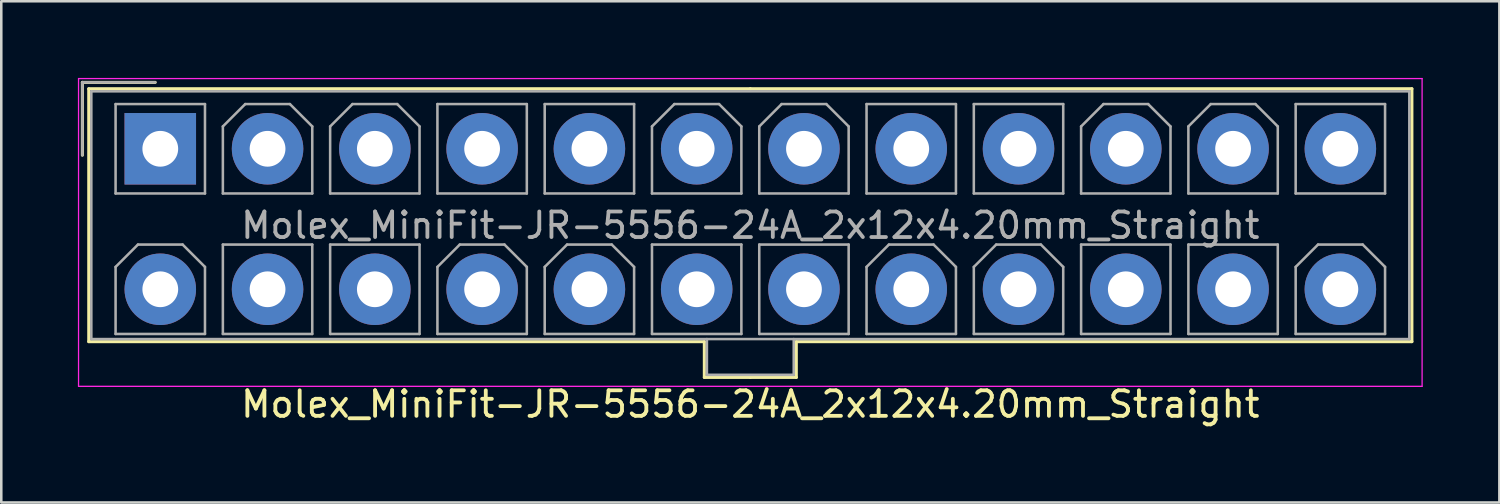
<source format=kicad_pcb>
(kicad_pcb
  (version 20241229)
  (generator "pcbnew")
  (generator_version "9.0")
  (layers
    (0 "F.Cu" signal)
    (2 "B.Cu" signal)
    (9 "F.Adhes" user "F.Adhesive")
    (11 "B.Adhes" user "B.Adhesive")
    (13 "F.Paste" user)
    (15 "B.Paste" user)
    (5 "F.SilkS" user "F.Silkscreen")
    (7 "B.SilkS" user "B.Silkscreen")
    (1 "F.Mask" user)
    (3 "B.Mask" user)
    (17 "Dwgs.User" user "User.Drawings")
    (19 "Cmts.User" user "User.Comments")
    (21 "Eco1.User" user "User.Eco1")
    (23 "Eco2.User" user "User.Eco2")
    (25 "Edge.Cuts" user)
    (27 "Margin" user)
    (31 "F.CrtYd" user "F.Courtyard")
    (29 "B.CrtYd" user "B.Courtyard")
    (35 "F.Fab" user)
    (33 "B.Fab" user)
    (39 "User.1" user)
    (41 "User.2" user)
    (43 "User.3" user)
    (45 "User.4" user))
  (footprint "Molex_MiniFit-JR-5556-24A_2x12x4.20mm_Straight"
    (layer "F.Cu")
    (at 3.225 2.775)
    (property "Reference" "Molex_MiniFit-JR-5556-24A_2x12x4.20mm_Straight" (at 23.1 10 0) (layer "F.SilkS") (effects (font (size 1 1) (thickness 0.15))))
    (attr through_hole)
    (fp_line (start -3.05 -2.6) (end -3.05 0.25) (stroke (width 0.12) (type solid)) (layer "F.SilkS"))
    (fp_line (start -2.8 -2.35) (end -2.8 7.55) (stroke (width 0.12) (type solid)) (layer "F.SilkS"))
    (fp_line (start -2.8 7.55) (end 21.3 7.55) (stroke (width 0.12) (type solid)) (layer "F.SilkS"))
    (fp_line (start -0.2 -2.6) (end -3.05 -2.6) (stroke (width 0.12) (type solid)) (layer "F.SilkS"))
    (fp_line (start 21.3 7.55) (end 21.3 8.95) (stroke (width 0.12) (type solid)) (layer "F.SilkS"))
    (fp_line (start 21.3 8.95) (end 23.1 8.95) (stroke (width 0.12) (type solid)) (layer "F.SilkS"))
    (fp_line (start 23.1 -2.35) (end -2.8 -2.35) (stroke (width 0.12) (type solid)) (layer "F.SilkS"))
    (fp_line (start 23.1 -2.35) (end 49 -2.35) (stroke (width 0.12) (type solid)) (layer "F.SilkS"))
    (fp_line (start 24.9 7.55) (end 24.9 8.95) (stroke (width 0.12) (type solid)) (layer "F.SilkS"))
    (fp_line (start 24.9 8.95) (end 23.1 8.95) (stroke (width 0.12) (type solid)) (layer "F.SilkS"))
    (fp_line (start 49 -2.35) (end 49 7.55) (stroke (width 0.12) (type solid)) (layer "F.SilkS"))
    (fp_line (start 49 7.55) (end 24.9 7.55) (stroke (width 0.12) (type solid)) (layer "F.SilkS"))
    (fp_line (start -3.2 -2.75) (end -3.2 9.3) (stroke (width 0.05) (type solid)) (layer "F.CrtYd"))
    (fp_line (start -3.2 9.3) (end 49.4 9.3) (stroke (width 0.05) (type solid)) (layer "F.CrtYd"))
    (fp_line (start 49.4 -2.75) (end -3.2 -2.75) (stroke (width 0.05) (type solid)) (layer "F.CrtYd"))
    (fp_line (start 49.4 9.3) (end 49.4 -2.75) (stroke (width 0.05) (type solid)) (layer "F.CrtYd"))
    (fp_line (start -3.05 -2.6) (end -3.05 0.25) (stroke (width 0.1) (type solid)) (layer "F.Fab"))
    (fp_line (start -2.7 -2.25) (end -2.7 7.45) (stroke (width 0.1) (type solid)) (layer "F.Fab"))
    (fp_line (start -2.7 7.45) (end 48.9 7.45) (stroke (width 0.1) (type solid)) (layer "F.Fab"))
    (fp_line (start -1.75 -1.75) (end -1.75 1.75) (stroke (width 0.1) (type solid)) (layer "F.Fab"))
    (fp_line (start -1.75 1.75) (end 1.75 1.75) (stroke (width 0.1) (type solid)) (layer "F.Fab"))
    (fp_line (start -1.75 4.625) (end -0.875 3.75) (stroke (width 0.1) (type solid)) (layer "F.Fab"))
    (fp_line (start -1.75 7.25) (end -1.75 4.625) (stroke (width 0.1) (type solid)) (layer "F.Fab"))
    (fp_line (start -0.875 3.75) (end 0.875 3.75) (stroke (width 0.1) (type solid)) (layer "F.Fab"))
    (fp_line (start -0.2 -2.6) (end -3.05 -2.6) (stroke (width 0.1) (type solid)) (layer "F.Fab"))
    (fp_line (start 0.875 3.75) (end 1.75 4.625) (stroke (width 0.1) (type solid)) (layer "F.Fab"))
    (fp_line (start 1.75 -1.75) (end -1.75 -1.75) (stroke (width 0.1) (type solid)) (layer "F.Fab"))
    (fp_line (start 1.75 1.75) (end 1.75 -1.75) (stroke (width 0.1) (type solid)) (layer "F.Fab"))
    (fp_line (start 1.75 4.625) (end 1.75 7.25) (stroke (width 0.1) (type solid)) (layer "F.Fab"))
    (fp_line (start 1.75 7.25) (end -1.75 7.25) (stroke (width 0.1) (type solid)) (layer "F.Fab"))
    (fp_line (start 2.45 -0.875) (end 3.325 -1.75) (stroke (width 0.1) (type solid)) (layer "F.Fab"))
    (fp_line (start 2.45 1.75) (end 2.45 -0.875) (stroke (width 0.1) (type solid)) (layer "F.Fab"))
    (fp_line (start 2.45 3.75) (end 2.45 7.25) (stroke (width 0.1) (type solid)) (layer "F.Fab"))
    (fp_line (start 2.45 7.25) (end 5.95 7.25) (stroke (width 0.1) (type solid)) (layer "F.Fab"))
    (fp_line (start 3.325 -1.75) (end 5.075 -1.75) (stroke (width 0.1) (type solid)) (layer "F.Fab"))
    (fp_line (start 5.075 -1.75) (end 5.95 -0.875) (stroke (width 0.1) (type solid)) (layer "F.Fab"))
    (fp_line (start 5.95 -0.875) (end 5.95 1.75) (stroke (width 0.1) (type solid)) (layer "F.Fab"))
    (fp_line (start 5.95 1.75) (end 2.45 1.75) (stroke (width 0.1) (type solid)) (layer "F.Fab"))
    (fp_line (start 5.95 3.75) (end 2.45 3.75) (stroke (width 0.1) (type solid)) (layer "F.Fab"))
    (fp_line (start 5.95 7.25) (end 5.95 3.75) (stroke (width 0.1) (type solid)) (layer "F.Fab"))
    (fp_line (start 6.65 -0.875) (end 7.525 -1.75) (stroke (width 0.1) (type solid)) (layer "F.Fab"))
    (fp_line (start 6.65 1.75) (end 6.65 -0.875) (stroke (width 0.1) (type solid)) (layer "F.Fab"))
    (fp_line (start 6.65 3.75) (end 6.65 7.25) (stroke (width 0.1) (type solid)) (layer "F.Fab"))
    (fp_line (start 6.65 7.25) (end 10.15 7.25) (stroke (width 0.1) (type solid)) (layer "F.Fab"))
    (fp_line (start 7.525 -1.75) (end 9.275 -1.75) (stroke (width 0.1) (type solid)) (layer "F.Fab"))
    (fp_line (start 9.275 -1.75) (end 10.15 -0.875) (stroke (width 0.1) (type solid)) (layer "F.Fab"))
    (fp_line (start 10.15 -0.875) (end 10.15 1.75) (stroke (width 0.1) (type solid)) (layer "F.Fab"))
    (fp_line (start 10.15 1.75) (end 6.65 1.75) (stroke (width 0.1) (type solid)) (layer "F.Fab"))
    (fp_line (start 10.15 3.75) (end 6.65 3.75) (stroke (width 0.1) (type solid)) (layer "F.Fab"))
    (fp_line (start 10.15 7.25) (end 10.15 3.75) (stroke (width 0.1) (type solid)) (layer "F.Fab"))
    (fp_line (start 10.85 -1.75) (end 10.85 1.75) (stroke (width 0.1) (type solid)) (layer "F.Fab"))
    (fp_line (start 10.85 1.75) (end 14.35 1.75) (stroke (width 0.1) (type solid)) (layer "F.Fab"))
    (fp_line (start 10.85 4.625) (end 11.725 3.75) (stroke (width 0.1) (type solid)) (layer "F.Fab"))
    (fp_line (start 10.85 7.25) (end 10.85 4.625) (stroke (width 0.1) (type solid)) (layer "F.Fab"))
    (fp_line (start 11.725 3.75) (end 13.475 3.75) (stroke (width 0.1) (type solid)) (layer "F.Fab"))
    (fp_line (start 13.475 3.75) (end 14.35 4.625) (stroke (width 0.1) (type solid)) (layer "F.Fab"))
    (fp_line (start 14.35 -1.75) (end 10.85 -1.75) (stroke (width 0.1) (type solid)) (layer "F.Fab"))
    (fp_line (start 14.35 1.75) (end 14.35 -1.75) (stroke (width 0.1) (type solid)) (layer "F.Fab"))
    (fp_line (start 14.35 4.625) (end 14.35 7.25) (stroke (width 0.1) (type solid)) (layer "F.Fab"))
    (fp_line (start 14.35 7.25) (end 10.85 7.25) (stroke (width 0.1) (type solid)) (layer "F.Fab"))
    (fp_line (start 15.05 -1.75) (end 15.05 1.75) (stroke (width 0.1) (type solid)) (layer "F.Fab"))
    (fp_line (start 15.05 1.75) (end 18.55 1.75) (stroke (width 0.1) (type solid)) (layer "F.Fab"))
    (fp_line (start 15.05 4.625) (end 15.925 3.75) (stroke (width 0.1) (type solid)) (layer "F.Fab"))
    (fp_line (start 15.05 7.25) (end 15.05 4.625) (stroke (width 0.1) (type solid)) (layer "F.Fab"))
    (fp_line (start 15.925 3.75) (end 17.675 3.75) (stroke (width 0.1) (type solid)) (layer "F.Fab"))
    (fp_line (start 17.675 3.75) (end 18.55 4.625) (stroke (width 0.1) (type solid)) (layer "F.Fab"))
    (fp_line (start 18.55 -1.75) (end 15.05 -1.75) (stroke (width 0.1) (type solid)) (layer "F.Fab"))
    (fp_line (start 18.55 1.75) (end 18.55 -1.75) (stroke (width 0.1) (type solid)) (layer "F.Fab"))
    (fp_line (start 18.55 4.625) (end 18.55 7.25) (stroke (width 0.1) (type solid)) (layer "F.Fab"))
    (fp_line (start 18.55 7.25) (end 15.05 7.25) (stroke (width 0.1) (type solid)) (layer "F.Fab"))
    (fp_line (start 19.25 -0.875) (end 20.125 -1.75) (stroke (width 0.1) (type solid)) (layer "F.Fab"))
    (fp_line (start 19.25 1.75) (end 19.25 -0.875) (stroke (width 0.1) (type solid)) (layer "F.Fab"))
    (fp_line (start 19.25 3.75) (end 19.25 7.25) (stroke (width 0.1) (type solid)) (layer "F.Fab"))
    (fp_line (start 19.25 7.25) (end 22.75 7.25) (stroke (width 0.1) (type solid)) (layer "F.Fab"))
    (fp_line (start 20.125 -1.75) (end 21.875 -1.75) (stroke (width 0.1) (type solid)) (layer "F.Fab"))
    (fp_line (start 21.4 7.45) (end 21.4 8.85) (stroke (width 0.1) (type solid)) (layer "F.Fab"))
    (fp_line (start 21.4 8.85) (end 24.8 8.85) (stroke (width 0.1) (type solid)) (layer "F.Fab"))
    (fp_line (start 21.875 -1.75) (end 22.75 -0.875) (stroke (width 0.1) (type solid)) (layer "F.Fab"))
    (fp_line (start 22.75 -0.875) (end 22.75 1.75) (stroke (width 0.1) (type solid)) (layer "F.Fab"))
    (fp_line (start 22.75 1.75) (end 19.25 1.75) (stroke (width 0.1) (type solid)) (layer "F.Fab"))
    (fp_line (start 22.75 3.75) (end 19.25 3.75) (stroke (width 0.1) (type solid)) (layer "F.Fab"))
    (fp_line (start 22.75 7.25) (end 22.75 3.75) (stroke (width 0.1) (type solid)) (layer "F.Fab"))
    (fp_line (start 23.45 -0.875) (end 24.325 -1.75) (stroke (width 0.1) (type solid)) (layer "F.Fab"))
    (fp_line (start 23.45 1.75) (end 23.45 -0.875) (stroke (width 0.1) (type solid)) (layer "F.Fab"))
    (fp_line (start 23.45 3.75) (end 23.45 7.25) (stroke (width 0.1) (type solid)) (layer "F.Fab"))
    (fp_line (start 23.45 7.25) (end 26.95 7.25) (stroke (width 0.1) (type solid)) (layer "F.Fab"))
    (fp_line (start 24.325 -1.75) (end 26.075 -1.75) (stroke (width 0.1) (type solid)) (layer "F.Fab"))
    (fp_line (start 24.8 8.85) (end 24.8 7.45) (stroke (width 0.1) (type solid)) (layer "F.Fab"))
    (fp_line (start 26.075 -1.75) (end 26.95 -0.875) (stroke (width 0.1) (type solid)) (layer "F.Fab"))
    (fp_line (start 26.95 -0.875) (end 26.95 1.75) (stroke (width 0.1) (type solid)) (layer "F.Fab"))
    (fp_line (start 26.95 1.75) (end 23.45 1.75) (stroke (width 0.1) (type solid)) (layer "F.Fab"))
    (fp_line (start 26.95 3.75) (end 23.45 3.75) (stroke (width 0.1) (type solid)) (layer "F.Fab"))
    (fp_line (start 26.95 7.25) (end 26.95 3.75) (stroke (width 0.1) (type solid)) (layer "F.Fab"))
    (fp_line (start 27.65 -1.75) (end 27.65 1.75) (stroke (width 0.1) (type solid)) (layer "F.Fab"))
    (fp_line (start 27.65 1.75) (end 31.15 1.75) (stroke (width 0.1) (type solid)) (layer "F.Fab"))
    (fp_line (start 27.65 4.625) (end 28.525 3.75) (stroke (width 0.1) (type solid)) (layer "F.Fab"))
    (fp_line (start 27.65 7.25) (end 27.65 4.625) (stroke (width 0.1) (type solid)) (layer "F.Fab"))
    (fp_line (start 28.525 3.75) (end 30.275 3.75) (stroke (width 0.1) (type solid)) (layer "F.Fab"))
    (fp_line (start 30.275 3.75) (end 31.15 4.625) (stroke (width 0.1) (type solid)) (layer "F.Fab"))
    (fp_line (start 31.15 -1.75) (end 27.65 -1.75) (stroke (width 0.1) (type solid)) (layer "F.Fab"))
    (fp_line (start 31.15 1.75) (end 31.15 -1.75) (stroke (width 0.1) (type solid)) (layer "F.Fab"))
    (fp_line (start 31.15 4.625) (end 31.15 7.25) (stroke (width 0.1) (type solid)) (layer "F.Fab"))
    (fp_line (start 31.15 7.25) (end 27.65 7.25) (stroke (width 0.1) (type solid)) (layer "F.Fab"))
    (fp_line (start 31.85 -1.75) (end 31.85 1.75) (stroke (width 0.1) (type solid)) (layer "F.Fab"))
    (fp_line (start 31.85 1.75) (end 35.35 1.75) (stroke (width 0.1) (type solid)) (layer "F.Fab"))
    (fp_line (start 31.85 4.625) (end 32.725 3.75) (stroke (width 0.1) (type solid)) (layer "F.Fab"))
    (fp_line (start 31.85 7.25) (end 31.85 4.625) (stroke (width 0.1) (type solid)) (layer "F.Fab"))
    (fp_line (start 32.725 3.75) (end 34.475 3.75) (stroke (width 0.1) (type solid)) (layer "F.Fab"))
    (fp_line (start 34.475 3.75) (end 35.35 4.625) (stroke (width 0.1) (type solid)) (layer "F.Fab"))
    (fp_line (start 35.35 -1.75) (end 31.85 -1.75) (stroke (width 0.1) (type solid)) (layer "F.Fab"))
    (fp_line (start 35.35 1.75) (end 35.35 -1.75) (stroke (width 0.1) (type solid)) (layer "F.Fab"))
    (fp_line (start 35.35 4.625) (end 35.35 7.25) (stroke (width 0.1) (type solid)) (layer "F.Fab"))
    (fp_line (start 35.35 7.25) (end 31.85 7.25) (stroke (width 0.1) (type solid)) (layer "F.Fab"))
    (fp_line (start 36.05 -0.875) (end 36.925 -1.75) (stroke (width 0.1) (type solid)) (layer "F.Fab"))
    (fp_line (start 36.05 1.75) (end 36.05 -0.875) (stroke (width 0.1) (type solid)) (layer "F.Fab"))
    (fp_line (start 36.05 3.75) (end 36.05 7.25) (stroke (width 0.1) (type solid)) (layer "F.Fab"))
    (fp_line (start 36.05 7.25) (end 39.55 7.25) (stroke (width 0.1) (type solid)) (layer "F.Fab"))
    (fp_line (start 36.925 -1.75) (end 38.675 -1.75) (stroke (width 0.1) (type solid)) (layer "F.Fab"))
    (fp_line (start 38.675 -1.75) (end 39.55 -0.875) (stroke (width 0.1) (type solid)) (layer "F.Fab"))
    (fp_line (start 39.55 -0.875) (end 39.55 1.75) (stroke (width 0.1) (type solid)) (layer "F.Fab"))
    (fp_line (start 39.55 1.75) (end 36.05 1.75) (stroke (width 0.1) (type solid)) (layer "F.Fab"))
    (fp_line (start 39.55 3.75) (end 36.05 3.75) (stroke (width 0.1) (type solid)) (layer "F.Fab"))
    (fp_line (start 39.55 7.25) (end 39.55 3.75) (stroke (width 0.1) (type solid)) (layer "F.Fab"))
    (fp_line (start 40.25 -0.875) (end 41.125 -1.75) (stroke (width 0.1) (type solid)) (layer "F.Fab"))
    (fp_line (start 40.25 1.75) (end 40.25 -0.875) (stroke (width 0.1) (type solid)) (layer "F.Fab"))
    (fp_line (start 40.25 3.75) (end 40.25 7.25) (stroke (width 0.1) (type solid)) (layer "F.Fab"))
    (fp_line (start 40.25 7.25) (end 43.75 7.25) (stroke (width 0.1) (type solid)) (layer "F.Fab"))
    (fp_line (start 41.125 -1.75) (end 42.875 -1.75) (stroke (width 0.1) (type solid)) (layer "F.Fab"))
    (fp_line (start 42.875 -1.75) (end 43.75 -0.875) (stroke (width 0.1) (type solid)) (layer "F.Fab"))
    (fp_line (start 43.75 -0.875) (end 43.75 1.75) (stroke (width 0.1) (type solid)) (layer "F.Fab"))
    (fp_line (start 43.75 1.75) (end 40.25 1.75) (stroke (width 0.1) (type solid)) (layer "F.Fab"))
    (fp_line (start 43.75 3.75) (end 40.25 3.75) (stroke (width 0.1) (type solid)) (layer "F.Fab"))
    (fp_line (start 43.75 7.25) (end 43.75 3.75) (stroke (width 0.1) (type solid)) (layer "F.Fab"))
    (fp_line (start 44.45 -1.75) (end 44.45 1.75) (stroke (width 0.1) (type solid)) (layer "F.Fab"))
    (fp_line (start 44.45 1.75) (end 47.95 1.75) (stroke (width 0.1) (type solid)) (layer "F.Fab"))
    (fp_line (start 44.45 4.625) (end 45.325 3.75) (stroke (width 0.1) (type solid)) (layer "F.Fab"))
    (fp_line (start 44.45 7.25) (end 44.45 4.625) (stroke (width 0.1) (type solid)) (layer "F.Fab"))
    (fp_line (start 45.325 3.75) (end 47.075 3.75) (stroke (width 0.1) (type solid)) (layer "F.Fab"))
    (fp_line (start 47.075 3.75) (end 47.95 4.625) (stroke (width 0.1) (type solid)) (layer "F.Fab"))
    (fp_line (start 47.95 -1.75) (end 44.45 -1.75) (stroke (width 0.1) (type solid)) (layer "F.Fab"))
    (fp_line (start 47.95 1.75) (end 47.95 -1.75) (stroke (width 0.1) (type solid)) (layer "F.Fab"))
    (fp_line (start 47.95 4.625) (end 47.95 7.25) (stroke (width 0.1) (type solid)) (layer "F.Fab"))
    (fp_line (start 47.95 7.25) (end 44.45 7.25) (stroke (width 0.1) (type solid)) (layer "F.Fab"))
    (fp_line (start 48.9 -2.25) (end -2.7 -2.25) (stroke (width 0.1) (type solid)) (layer "F.Fab"))
    (fp_line (start 48.9 7.45) (end 48.9 -2.25) (stroke (width 0.1) (type solid)) (layer "F.Fab"))
    (fp_text user "${REFERENCE}" (at 23.1 3 0) (layer "F.Fab") (effects (font (size 1 1) (thickness 0.15))))
    (pad "1" thru_hole rect (at 0 0) (size 2.8 2.8) (drill 1.4) (layers "*.Cu" "*.Mask"))
    (pad "2" thru_hole circle (at 4.2 0) (size 2.8 2.8) (drill 1.4) (layers "*.Cu" "*.Mask"))
    (pad "3" thru_hole circle (at 8.4 0) (size 2.8 2.8) (drill 1.4) (layers "*.Cu" "*.Mask"))
    (pad "4" thru_hole circle (at 12.6 0) (size 2.8 2.8) (drill 1.4) (layers "*.Cu" "*.Mask"))
    (pad "5" thru_hole circle (at 16.8 0) (size 2.8 2.8) (drill 1.4) (layers "*.Cu" "*.Mask"))
    (pad "6" thru_hole circle (at 21 0) (size 2.8 2.8) (drill 1.4) (layers "*.Cu" "*.Mask"))
    (pad "7" thru_hole circle (at 25.2 0) (size 2.8 2.8) (drill 1.4) (layers "*.Cu" "*.Mask"))
    (pad "8" thru_hole circle (at 29.4 0) (size 2.8 2.8) (drill 1.4) (layers "*.Cu" "*.Mask"))
    (pad "9" thru_hole circle (at 33.6 0) (size 2.8 2.8) (drill 1.4) (layers "*.Cu" "*.Mask"))
    (pad "10" thru_hole circle (at 37.8 0) (size 2.8 2.8) (drill 1.4) (layers "*.Cu" "*.Mask"))
    (pad "11" thru_hole circle (at 42 0) (size 2.8 2.8) (drill 1.4) (layers "*.Cu" "*.Mask"))
    (pad "12" thru_hole circle (at 46.2 0) (size 2.8 2.8) (drill 1.4) (layers "*.Cu" "*.Mask"))
    (pad "13" thru_hole circle (at 0 5.5) (size 2.8 2.8) (drill 1.4) (layers "*.Cu" "*.Mask"))
    (pad "14" thru_hole circle (at 4.2 5.5) (size 2.8 2.8) (drill 1.4) (layers "*.Cu" "*.Mask"))
    (pad "15" thru_hole circle (at 8.4 5.5) (size 2.8 2.8) (drill 1.4) (layers "*.Cu" "*.Mask"))
    (pad "16" thru_hole circle (at 12.6 5.5) (size 2.8 2.8) (drill 1.4) (layers "*.Cu" "*.Mask"))
    (pad "17" thru_hole circle (at 16.8 5.5) (size 2.8 2.8) (drill 1.4) (layers "*.Cu" "*.Mask"))
    (pad "18" thru_hole circle (at 21 5.5) (size 2.8 2.8) (drill 1.4) (layers "*.Cu" "*.Mask"))
    (pad "19" thru_hole circle (at 25.2 5.5) (size 2.8 2.8) (drill 1.4) (layers "*.Cu" "*.Mask"))
    (pad "20" thru_hole circle (at 29.4 5.5) (size 2.8 2.8) (drill 1.4) (layers "*.Cu" "*.Mask"))
    (pad "21" thru_hole circle (at 33.6 5.5) (size 2.8 2.8) (drill 1.4) (layers "*.Cu" "*.Mask"))
    (pad "22" thru_hole circle (at 37.8 5.5) (size 2.8 2.8) (drill 1.4) (layers "*.Cu" "*.Mask"))
    (pad "23" thru_hole circle (at 42 5.5) (size 2.8 2.8) (drill 1.4) (layers "*.Cu" "*.Mask"))
    (pad "24" thru_hole circle (at 46.2 5.5) (size 2.8 2.8) (drill 1.4) (layers "*.Cu" "*.Mask")))
  (gr_rect
    (start -3 -3)
    (end 55.65 16.623)
    (stroke (width 0.1) (type default))
    (fill no)
    (layer "Edge.Cuts")))
</source>
